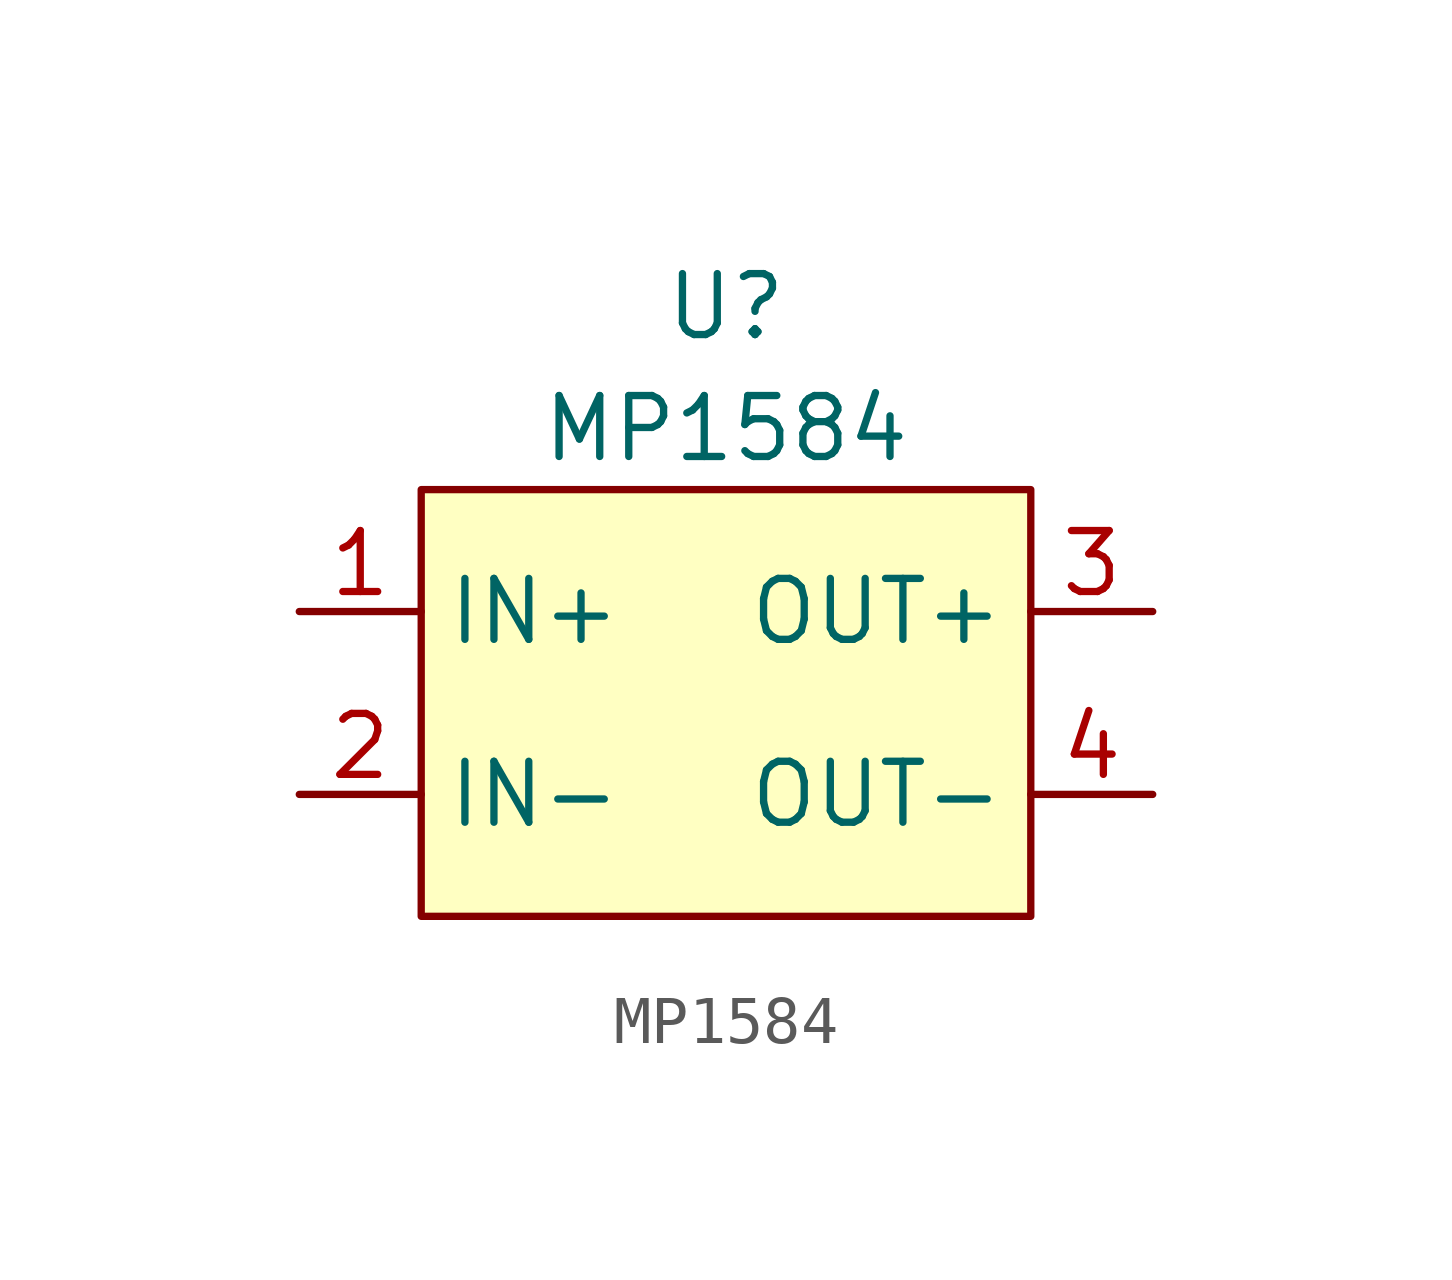
<source format=kicad_sym>
(kicad_symbol_lib
  (version 20211014)
  (generator kicad_symbol_editor)
  (symbol "MP1584"
    (property "Reference" "U"
      (at 0 2.54 0)
      (effects (font (size 1.27 1.27))))
    (property "Value" "MP1584"
      (at 0 0 0)
      (effects (font (size 1.27 1.27))))
    (symbol "MP1584_0_1"
      (rectangle (start -6.35 -1.27) (end 6.35 -10.16) (stroke (width 0) (type default) (color 0 0 0 0)) (fill (type background))))
    (symbol "MP1584_1_1"
      (pin power_in line (at -8.89 -3.81 0) (length 2.54) (name "IN+" (effects (font (size 1.27 1.27)))) (number "1" (effects (font (size 1.27 1.27)))))
      (pin power_in line (at -8.89 -7.62 0) (length 2.54) (name "IN-" (effects (font (size 1.27 1.27)))) (number "2" (effects (font (size 1.27 1.27)))))
      (pin power_out line (at 8.89 -3.81 180) (length 2.54) (name "OUT+" (effects (font (size 1.27 1.27)))) (number "3" (effects (font (size 1.27 1.27)))))
      (pin power_out line (at 8.89 -7.62 180) (length 2.54) (name "OUT-" (effects (font (size 1.27 1.27)))) (number "4" (effects (font (size 1.27 1.27))))))))
</source>
